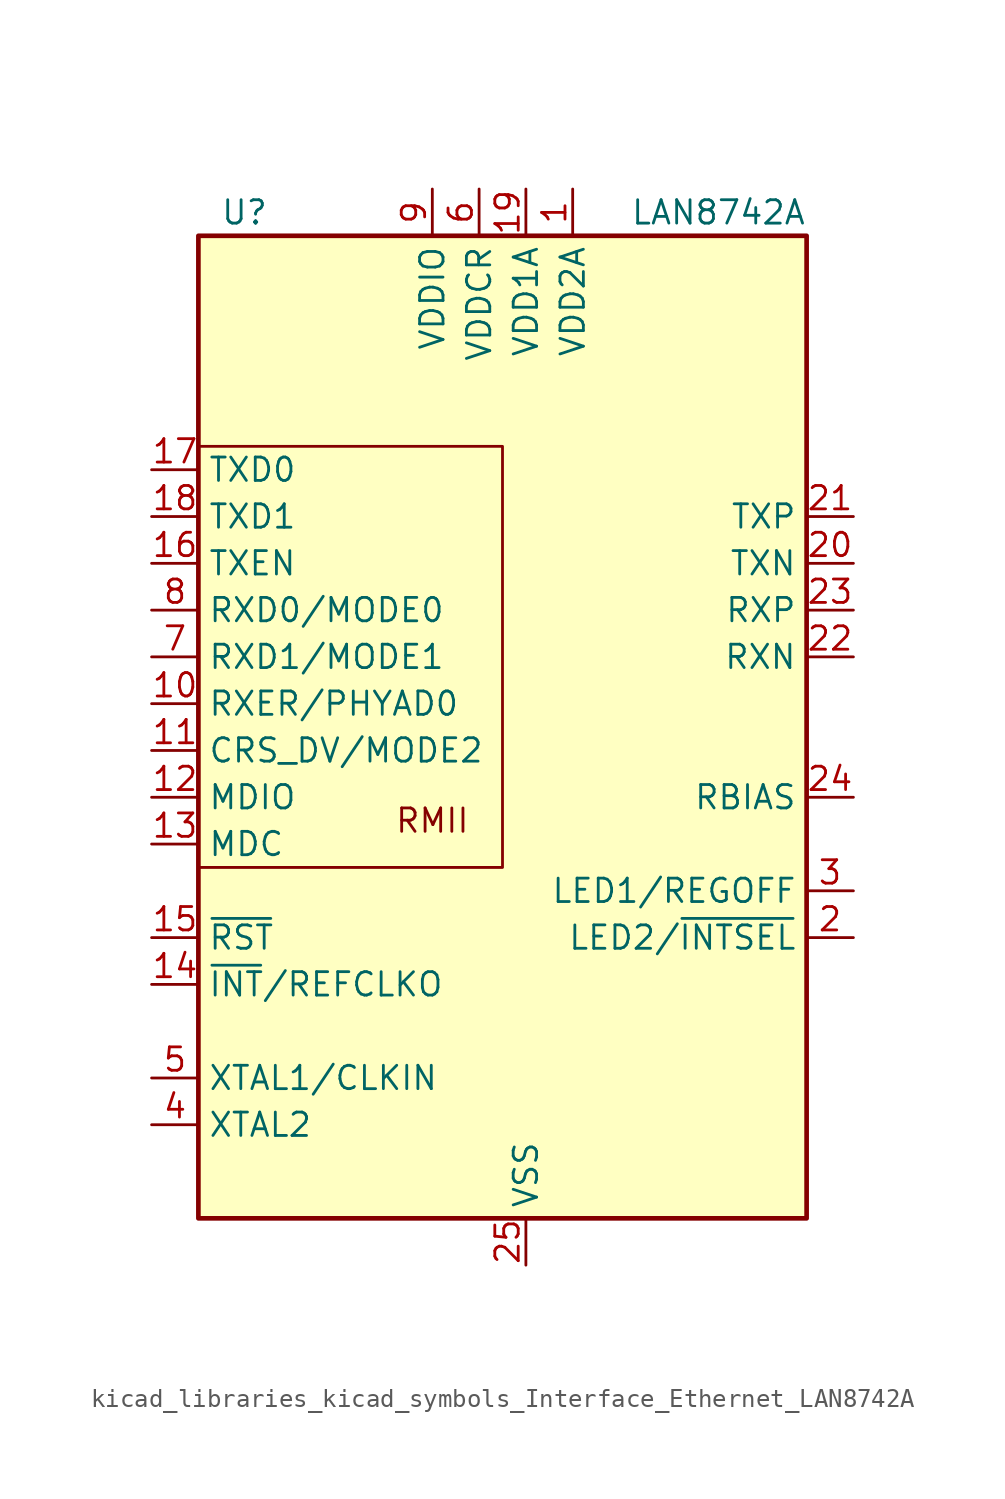
<source format=kicad_sym>
(kicad_symbol_lib
  (version 20220914)
  (generator kicad_symbol_editor)
  (symbol "kicad_libraries_kicad_symbols_Interface_Ethernet_LAN8742A"
    (property "Reference" "U"
      (at -13.97 29.21 0)
      (effects (font (size 1.27 1.27)) (justify right)))
    (property "Value" "LAN8742A"
      (at 15.24 29.21 0)
      (effects (font (size 1.27 1.27)) (justify right)))
    (symbol "kicad_libraries_kicad_symbols_Interface_Ethernet_LAN8742A_0_0"
      (text "RMII" (at -5.08 -3.81 0) (effects (font (size 1.27 1.27)))))
    (symbol "kicad_libraries_kicad_symbols_Interface_Ethernet_LAN8742A_0_1"
      (rectangle (start -17.78 27.94) (end 15.24 -25.4) (stroke (width 0.254) (type default)) (fill (type background)))
      (polyline (pts (xy -17.78 -6.35) (xy -1.27 -6.35) (xy -1.27 16.51) (xy -17.78 16.51)) (stroke (width 0) (type default)) (fill (type none))))
    (symbol "kicad_libraries_kicad_symbols_Interface_Ethernet_LAN8742A_1_1"
      (pin power_in line (at 2.54 30.48 270) (length 2.54) (name "VDD2A" (effects (font (size 1.27 1.27)))) (number "1" (effects (font (size 1.27 1.27)))))
      (pin output line (at -20.32 2.54 0) (length 2.54) (name "RXER/PHYAD0" (effects (font (size 1.27 1.27)))) (number "10" (effects (font (size 1.27 1.27)))))
      (pin bidirectional line (at -20.32 0 0) (length 2.54) (name "CRS_DV/MODE2" (effects (font (size 1.27 1.27)))) (number "11" (effects (font (size 1.27 1.27)))))
      (pin bidirectional line (at -20.32 -2.54 0) (length 2.54) (name "MDIO" (effects (font (size 1.27 1.27)))) (number "12" (effects (font (size 1.27 1.27)))))
      (pin input line (at -20.32 -5.08 0) (length 2.54) (name "MDC" (effects (font (size 1.27 1.27)))) (number "13" (effects (font (size 1.27 1.27)))))
      (pin output line (at -20.32 -12.7 0) (length 2.54) (name "~{INT}/REFCLKO" (effects (font (size 1.27 1.27)))) (number "14" (effects (font (size 1.27 1.27)))))
      (pin input line (at -20.32 -10.16 0) (length 2.54) (name "~{RST}" (effects (font (size 1.27 1.27)))) (number "15" (effects (font (size 1.27 1.27)))))
      (pin input line (at -20.32 10.16 0) (length 2.54) (name "TXEN" (effects (font (size 1.27 1.27)))) (number "16" (effects (font (size 1.27 1.27)))))
      (pin input line (at -20.32 15.24 0) (length 2.54) (name "TXD0" (effects (font (size 1.27 1.27)))) (number "17" (effects (font (size 1.27 1.27)))))
      (pin input line (at -20.32 12.7 0) (length 2.54) (name "TXD1" (effects (font (size 1.27 1.27)))) (number "18" (effects (font (size 1.27 1.27)))))
      (pin power_in line (at 0 30.48 270) (length 2.54) (name "VDD1A" (effects (font (size 1.27 1.27)))) (number "19" (effects (font (size 1.27 1.27)))))
      (pin bidirectional line (at 17.78 -10.16 180) (length 2.54) (name "LED2/~{INTSEL}" (effects (font (size 1.27 1.27)))) (number "2" (effects (font (size 1.27 1.27)))) (alternate "~{INT}/~{INTSEL}" output line) (alternate "~{PME}/~{INTSEL}" output line))
      (pin passive line (at 17.78 10.16 180) (length 2.54) (name "TXN" (effects (font (size 1.27 1.27)))) (number "20" (effects (font (size 1.27 1.27)))))
      (pin passive line (at 17.78 12.7 180) (length 2.54) (name "TXP" (effects (font (size 1.27 1.27)))) (number "21" (effects (font (size 1.27 1.27)))))
      (pin passive line (at 17.78 5.08 180) (length 2.54) (name "RXN" (effects (font (size 1.27 1.27)))) (number "22" (effects (font (size 1.27 1.27)))))
      (pin passive line (at 17.78 7.62 180) (length 2.54) (name "RXP" (effects (font (size 1.27 1.27)))) (number "23" (effects (font (size 1.27 1.27)))))
      (pin passive line (at 17.78 -2.54 180) (length 2.54) (name "RBIAS" (effects (font (size 1.27 1.27)))) (number "24" (effects (font (size 1.27 1.27)))))
      (pin power_in line (at 0 -27.94 90) (length 2.54) (name "VSS" (effects (font (size 1.27 1.27)))) (number "25" (effects (font (size 1.27 1.27)))))
      (pin bidirectional line (at 17.78 -7.62 180) (length 2.54) (name "LED1/REGOFF" (effects (font (size 1.27 1.27)))) (number "3" (effects (font (size 1.27 1.27)))) (alternate "~{INT}/REGOFF" bidirectional line) (alternate "~{PME}/REGOFF" bidirectional line))
      (pin output line (at -20.32 -20.32 0) (length 2.54) (name "XTAL2" (effects (font (size 1.27 1.27)))) (number "4" (effects (font (size 1.27 1.27)))))
      (pin input line (at -20.32 -17.78 0) (length 2.54) (name "XTAL1/CLKIN" (effects (font (size 1.27 1.27)))) (number "5" (effects (font (size 1.27 1.27)))))
      (pin power_in line (at -2.54 30.48 270) (length 2.54) (name "VDDCR" (effects (font (size 1.27 1.27)))) (number "6" (effects (font (size 1.27 1.27)))))
      (pin bidirectional line (at -20.32 5.08 0) (length 2.54) (name "RXD1/MODE1" (effects (font (size 1.27 1.27)))) (number "7" (effects (font (size 1.27 1.27)))))
      (pin bidirectional line (at -20.32 7.62 0) (length 2.54) (name "RXD0/MODE0" (effects (font (size 1.27 1.27)))) (number "8" (effects (font (size 1.27 1.27)))))
      (pin power_in line (at -5.08 30.48 270) (length 2.54) (name "VDDIO" (effects (font (size 1.27 1.27)))) (number "9" (effects (font (size 1.27 1.27))))))))
</source>
